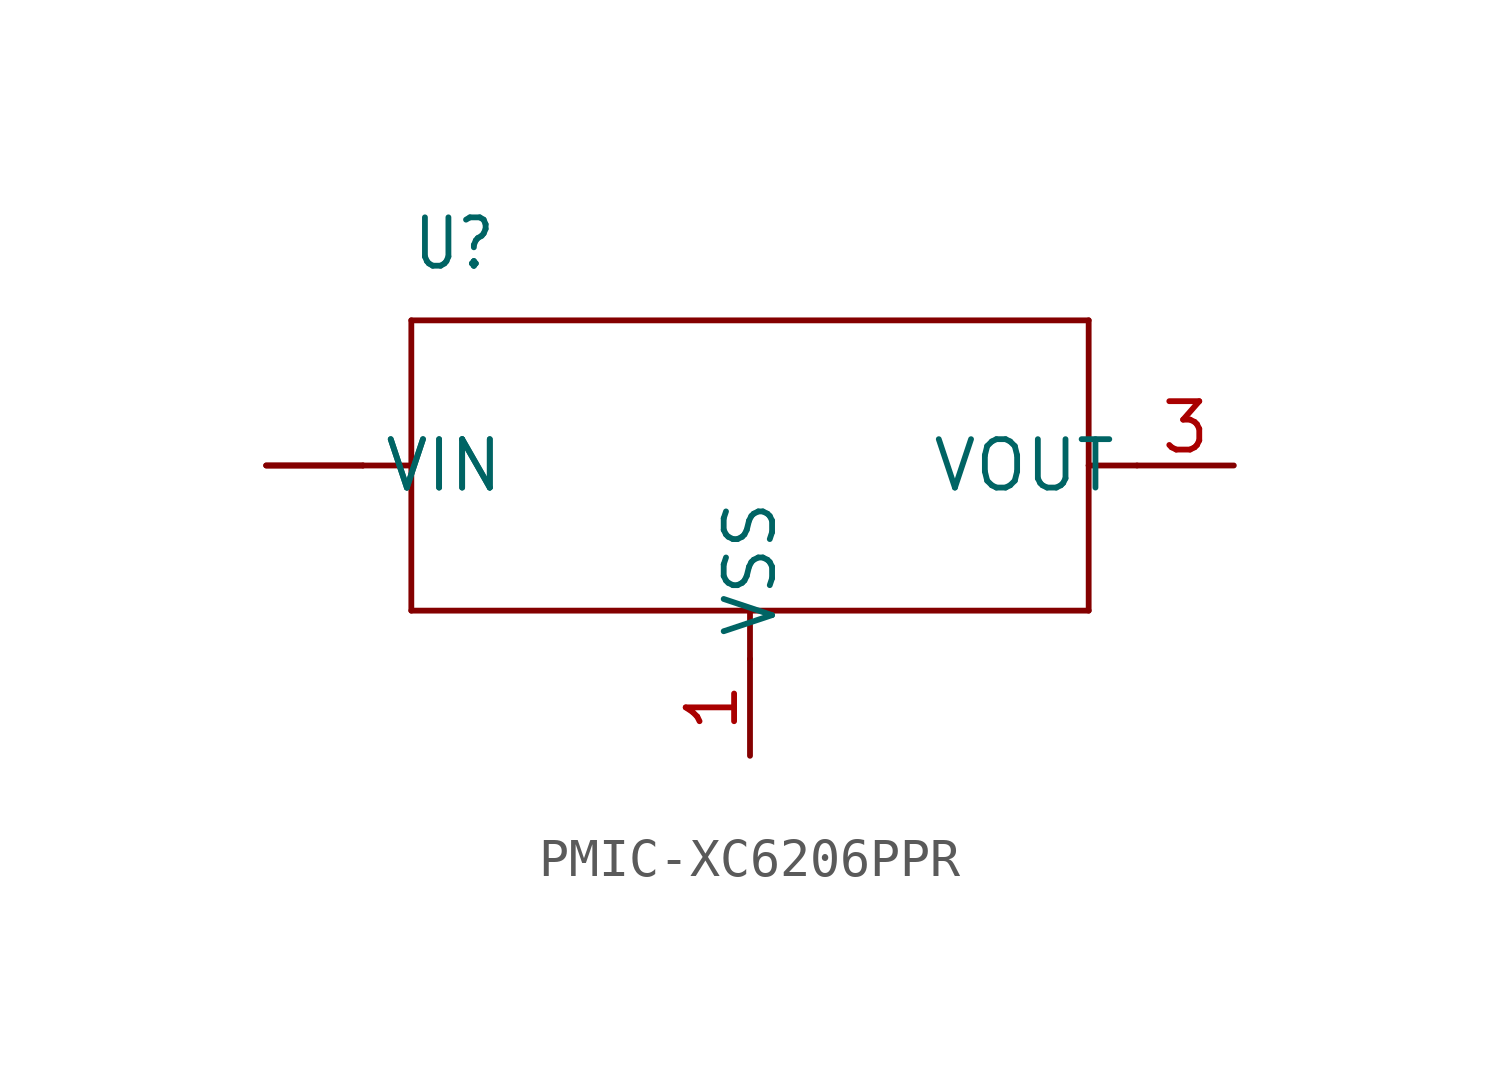
<source format=kicad_sym>
(kicad_symbol_lib
  (version 20231120)
  (generator "kicad_symbol_editor")
  (generator_version "8.0")
  (symbol "PMIC-XC6206PPR"
    (property "Reference" "U"
      (at -8.89 5.08 0)
      (effects (font (size 1.27 1.079)) (justify left bottom)))
    (property "Value" ""
      (at -1.27 5.08 0)
      (effects (font (size 1.27 1.079)) (justify left bottom)))
    (property "ki_locked" ""
      (at 0 0 0)
      (effects (font (size 1.27 1.27))))
    (symbol "PMIC-XC6206PPR_1_0"
      (polyline (pts (xy -10.16 0) (xy -8.89 0)) (stroke (width 0.152) (type solid)) (fill (type none)))
      (polyline (pts (xy -8.89 -3.81) (xy -8.89 0)) (stroke (width 0.152) (type solid)) (fill (type none)))
      (polyline (pts (xy -8.89 0) (xy -8.89 3.81)) (stroke (width 0.152) (type solid)) (fill (type none)))
      (polyline (pts (xy -8.89 3.81) (xy 8.89 3.81)) (stroke (width 0.152) (type solid)) (fill (type none)))
      (polyline (pts (xy 0 -5.08) (xy 0 -3.81)) (stroke (width 0.152) (type solid)) (fill (type none)))
      (polyline (pts (xy 0 -3.81) (xy -8.89 -3.81)) (stroke (width 0.152) (type solid)) (fill (type none)))
      (polyline (pts (xy 8.89 -3.81) (xy 0 -3.81)) (stroke (width 0.152) (type solid)) (fill (type none)))
      (polyline (pts (xy 8.89 0) (xy 8.89 -3.81)) (stroke (width 0.152) (type solid)) (fill (type none)))
      (polyline (pts (xy 8.89 3.81) (xy 8.89 0)) (stroke (width 0.152) (type solid)) (fill (type none)))
      (polyline (pts (xy 10.16 0) (xy 8.89 0)) (stroke (width 0.152) (type solid)) (fill (type none)))
      (pin bidirectional line (at 0 -7.62 90) (length 2.54) (name "VSS" (effects (font (size 1.27 1.27)))) (number "1" (effects (font (size 1.27 1.27)))))
      (pin bidirectional line (at -12.7 0 0) (length 2.54) (name "VIN" (effects (font (size 1.27 1.27)))) (number "2" (effects (font (size 0 0)))))
      (pin bidirectional line (at 12.7 0 180) (length 2.54) (name "VOUT" (effects (font (size 1.27 1.27)))) (number "3" (effects (font (size 1.27 1.27)))))
      (pin bidirectional line (at -12.7 0 0) (length 2.54) (name "VIN" (effects (font (size 1.27 1.27)))) (number "4" (effects (font (size 0 0))))))))
</source>
